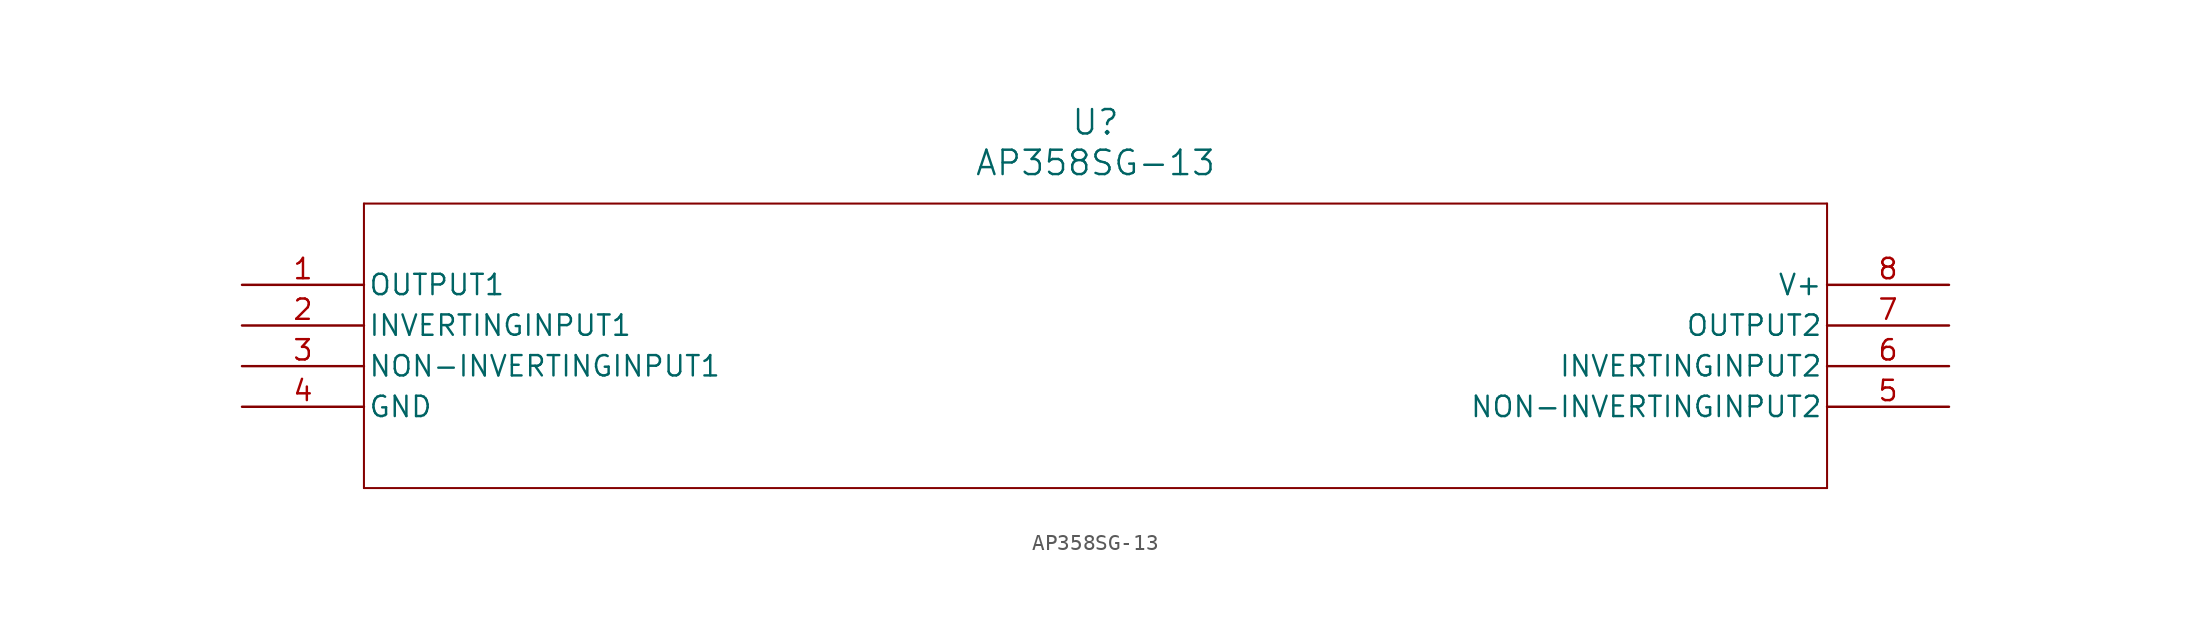
<source format=kicad_sym>
(kicad_symbol_lib
  (version 20211014)
  (generator kicad_symbol_editor)
  (symbol "AP358SG-13"
    (pin_names
      (offset 0.254))
    (property "Reference" "U"
      (at 53.34 10.16 0)
      (effects (font (size 1.524 1.524))))
    (property "Value" "AP358SG-13"
      (at 53.34 7.62 0)
      (effects (font (size 1.524 1.524))))
    (symbol "AP358SG-13_0_1"
      (polyline (pts (xy 7.62 5.08) (xy 7.62 -12.7)) (stroke (width 0.127) (type default) (color 0 0 0 0)) (fill (type none)))
      (polyline (pts (xy 7.62 -12.7) (xy 99.06 -12.7)) (stroke (width 0.127) (type default) (color 0 0 0 0)) (fill (type none)))
      (polyline (pts (xy 99.06 -12.7) (xy 99.06 5.08)) (stroke (width 0.127) (type default) (color 0 0 0 0)) (fill (type none)))
      (polyline (pts (xy 99.06 5.08) (xy 7.62 5.08)) (stroke (width 0.127) (type default) (color 0 0 0 0)) (fill (type none)))
      (pin output line (at 0 0 0) (length 7.62) (name "OUTPUT1" (effects (font (size 1.27 1.27)))) (number "1" (effects (font (size 1.27 1.27)))))
      (pin input line (at 0 -2.54 0) (length 7.62) (name "INVERTINGINPUT1" (effects (font (size 1.27 1.27)))) (number "2" (effects (font (size 1.27 1.27)))))
      (pin input line (at 0 -5.08 0) (length 7.62) (name "NON-INVERTINGINPUT1" (effects (font (size 1.27 1.27)))) (number "3" (effects (font (size 1.27 1.27)))))
      (pin power_in line (at 0 -7.62 0) (length 7.62) (name "GND" (effects (font (size 1.27 1.27)))) (number "4" (effects (font (size 1.27 1.27)))))
      (pin input line (at 106.68 -7.62 180) (length 7.62) (name "NON-INVERTINGINPUT2" (effects (font (size 1.27 1.27)))) (number "5" (effects (font (size 1.27 1.27)))))
      (pin input line (at 106.68 -5.08 180) (length 7.62) (name "INVERTINGINPUT2" (effects (font (size 1.27 1.27)))) (number "6" (effects (font (size 1.27 1.27)))))
      (pin output line (at 106.68 -2.54 180) (length 7.62) (name "OUTPUT2" (effects (font (size 1.27 1.27)))) (number "7" (effects (font (size 1.27 1.27)))))
      (pin power_in line (at 106.68 0 180) (length 7.62) (name "V+" (effects (font (size 1.27 1.27)))) (number "8" (effects (font (size 1.27 1.27))))))))
</source>
